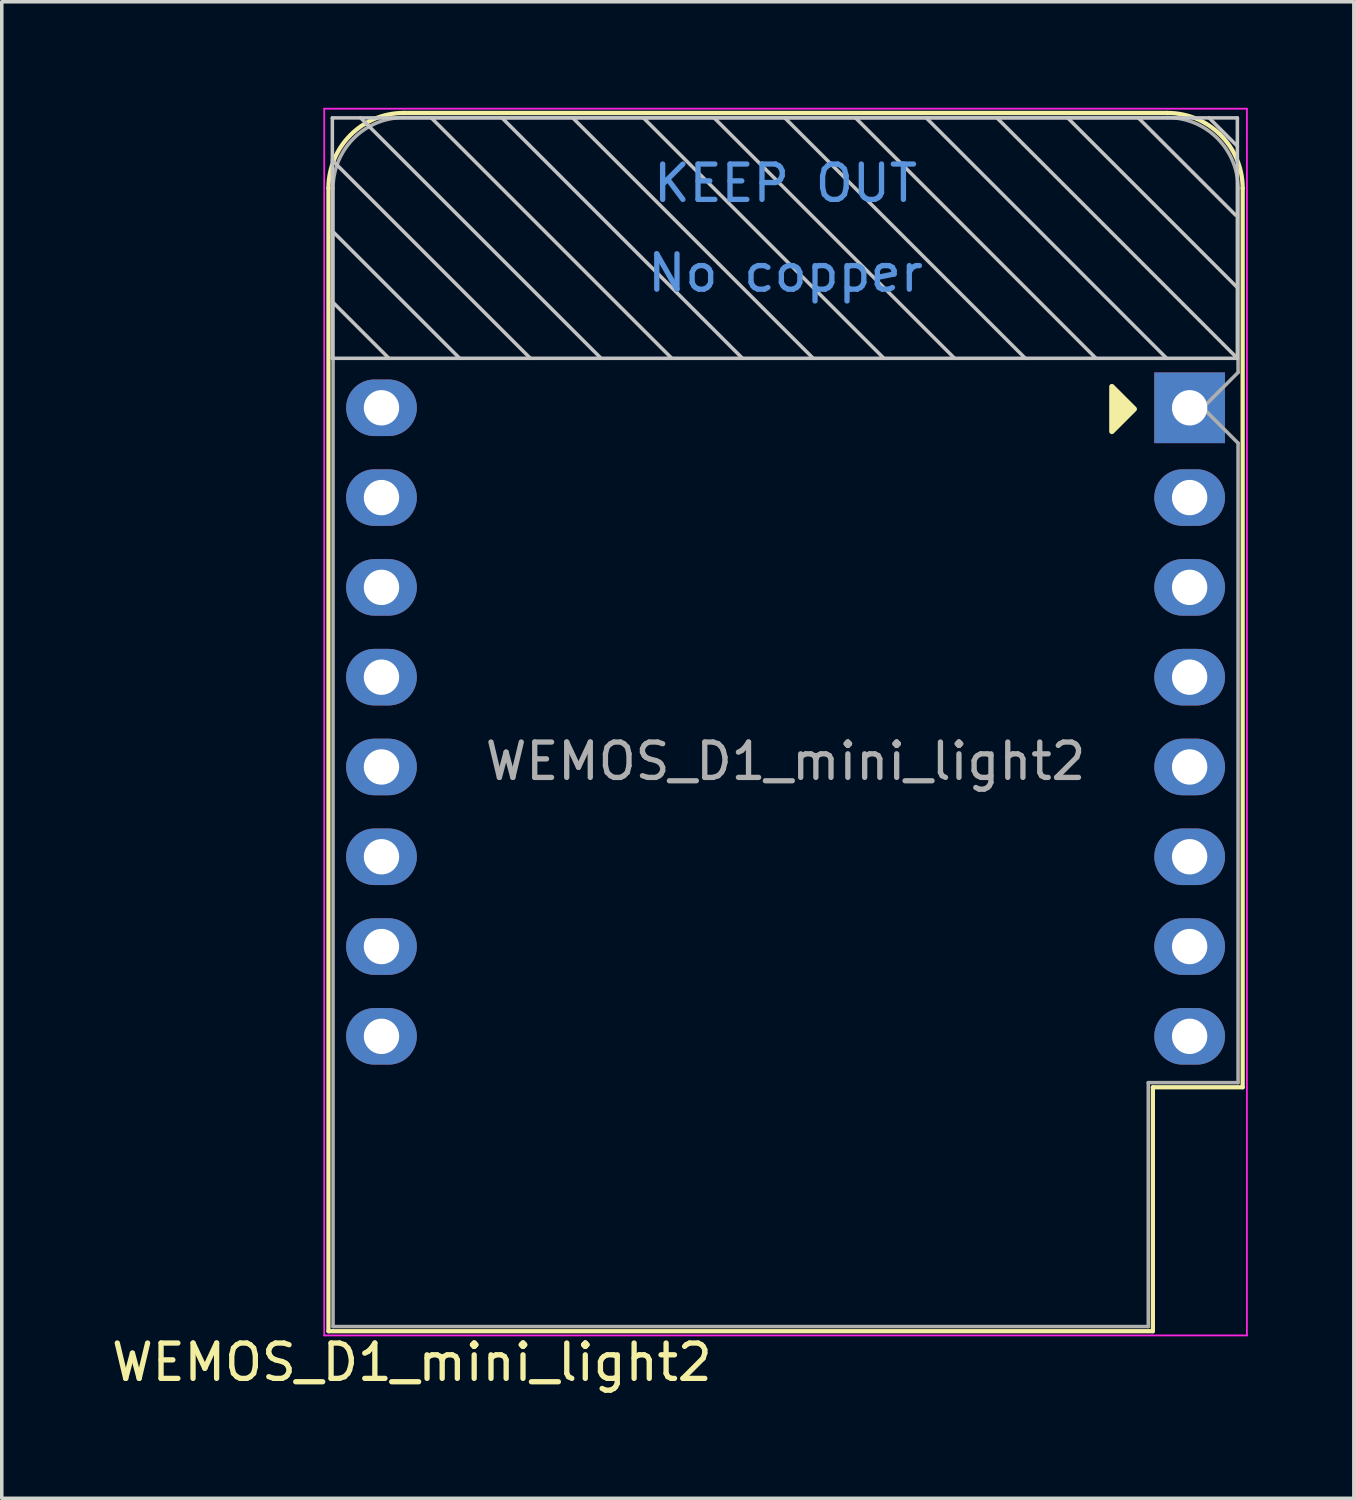
<source format=kicad_pcb>
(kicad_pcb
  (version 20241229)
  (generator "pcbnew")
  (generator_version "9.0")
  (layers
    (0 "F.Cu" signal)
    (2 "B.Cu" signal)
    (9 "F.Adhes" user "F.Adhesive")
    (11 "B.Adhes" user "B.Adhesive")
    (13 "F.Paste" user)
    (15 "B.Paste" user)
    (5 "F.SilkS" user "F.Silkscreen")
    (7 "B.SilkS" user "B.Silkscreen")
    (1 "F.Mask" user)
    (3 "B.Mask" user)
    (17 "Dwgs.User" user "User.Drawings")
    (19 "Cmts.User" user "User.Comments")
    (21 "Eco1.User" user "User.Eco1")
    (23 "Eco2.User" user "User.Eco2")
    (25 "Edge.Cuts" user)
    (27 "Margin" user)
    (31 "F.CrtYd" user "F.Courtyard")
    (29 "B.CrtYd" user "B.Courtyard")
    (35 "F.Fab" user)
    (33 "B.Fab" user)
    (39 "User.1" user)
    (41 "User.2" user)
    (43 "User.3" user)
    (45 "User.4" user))
  (footprint "WEMOS_D1_mini_light2"
    (layer "F.Cu")
    (at 8.801 8.485)
    (property "Reference" "WEMOS_D1_mini_light2" (at -0.2 27 0) (layer "F.SilkS") (effects (font (size 1 1) (thickness 0.15))))
    (attr through_hole)
    (fp_line (start -2.56 26.12) (end -2.56 -6.21) (stroke (width 0.12) (type solid)) (layer "F.SilkS"))
    (fp_line (start -0.44 -8.34) (end 21.17 -8.34) (stroke (width 0.12) (type solid)) (layer "F.SilkS"))
    (fp_line (start 20.76 19.22) (end 20.76 26.12) (stroke (width 0.12) (type solid)) (layer "F.SilkS"))
    (fp_line (start 20.76 26.12) (end -2.56 26.12) (stroke (width 0.12) (type solid)) (layer "F.SilkS"))
    (fp_line (start 23.3 19.22) (end 20.76 19.22) (stroke (width 0.12) (type solid)) (layer "F.SilkS"))
    (fp_line (start 23.3 19.22) (end 23.3 -6.21) (stroke (width 0.12) (type solid)) (layer "F.SilkS"))
    (fp_arc (start -2.56 -6.21) (mid -1.936137 -7.716137) (end -0.43 -8.34) (stroke (width 0.12) (type solid)) (layer "F.SilkS"))
    (fp_arc (start 21.17 -8.34) (mid 22.676137 -7.716137) (end 23.3 -6.21) (stroke (width 0.12) (type solid)) (layer "F.SilkS"))
    (fp_poly (pts (xy 19.6 -0.6) (xy 19.6 0.67) (xy 20.235 0.035)) (stroke (width 0.15) (type solid)) (fill yes) (layer "F.SilkS"))
    (fp_line (start -2.45 -8.2) (end 23.15 -8.2) (stroke (width 0.1) (type solid)) (layer "Dwgs.User"))
    (fp_line (start -2.45 -1.4) (end -2.45 -8.2) (stroke (width 0.1) (type solid)) (layer "Dwgs.User"))
    (fp_line (start -0.85 -1.4) (end -2.45 -3) (stroke (width 0.1) (type solid)) (layer "Dwgs.User"))
    (fp_line (start 1.15 -1.4) (end -2.45 -5) (stroke (width 0.1) (type solid)) (layer "Dwgs.User"))
    (fp_line (start 3.15 -1.4) (end -2.45 -7) (stroke (width 0.1) (type solid)) (layer "Dwgs.User"))
    (fp_line (start 5.15 -1.4) (end -1.65 -8.2) (stroke (width 0.1) (type solid)) (layer "Dwgs.User"))
    (fp_line (start 7.15 -1.4) (end 0.35 -8.2) (stroke (width 0.1) (type solid)) (layer "Dwgs.User"))
    (fp_line (start 9.15 -1.4) (end 2.35 -8.2) (stroke (width 0.1) (type solid)) (layer "Dwgs.User"))
    (fp_line (start 11.15 -1.4) (end 4.35 -8.2) (stroke (width 0.1) (type solid)) (layer "Dwgs.User"))
    (fp_line (start 13.15 -1.4) (end 6.35 -8.2) (stroke (width 0.1) (type solid)) (layer "Dwgs.User"))
    (fp_line (start 15.15 -1.4) (end 8.35 -8.2) (stroke (width 0.1) (type solid)) (layer "Dwgs.User"))
    (fp_line (start 17.15 -1.4) (end 10.35 -8.2) (stroke (width 0.1) (type solid)) (layer "Dwgs.User"))
    (fp_line (start 19.15 -1.4) (end 12.35 -8.2) (stroke (width 0.1) (type solid)) (layer "Dwgs.User"))
    (fp_line (start 21.15 -1.4) (end 14.35 -8.2) (stroke (width 0.1) (type solid)) (layer "Dwgs.User"))
    (fp_line (start 23.1 -5.45) (end 20.35 -8.2) (stroke (width 0.1) (type solid)) (layer "Dwgs.User"))
    (fp_line (start 23.15 -8.2) (end 23.15 -1.4) (stroke (width 0.1) (type solid)) (layer "Dwgs.User"))
    (fp_line (start 23.15 -7.4) (end 22.35 -8.2) (stroke (width 0.1) (type solid)) (layer "Dwgs.User"))
    (fp_line (start 23.15 -3.4) (end 18.35 -8.2) (stroke (width 0.1) (type solid)) (layer "Dwgs.User"))
    (fp_line (start 23.15 -1.4) (end -2.45 -1.4) (stroke (width 0.1) (type solid)) (layer "Dwgs.User"))
    (fp_line (start 23.15 -1.4) (end 16.35 -8.2) (stroke (width 0.1) (type solid)) (layer "Dwgs.User"))
    (fp_line (start -2.68 -8.46) (end -2.68 26.24) (stroke (width 0.05) (type solid)) (layer "F.CrtYd"))
    (fp_line (start -2.68 26.24) (end 23.42 26.24) (stroke (width 0.05) (type solid)) (layer "F.CrtYd"))
    (fp_line (start 23.42 -8.46) (end -2.68 -8.46) (stroke (width 0.05) (type solid)) (layer "F.CrtYd"))
    (fp_line (start 23.42 26.24) (end 23.42 -8.46) (stroke (width 0.05) (type solid)) (layer "F.CrtYd"))
    (fp_line (start -2.43 25.99) (end -2.43 -6.21) (stroke (width 0.1) (type solid)) (layer "F.Fab"))
    (fp_line (start -0.43 -8.21) (end 21.17 -8.21) (stroke (width 0.1) (type solid)) (layer "F.Fab"))
    (fp_line (start 20.63 19.09) (end 20.63 25.99) (stroke (width 0.1) (type solid)) (layer "F.Fab"))
    (fp_line (start 20.63 25.99) (end -2.43 25.99) (stroke (width 0.1) (type solid)) (layer "F.Fab"))
    (fp_line (start 22.17 0) (end 23.17 -1) (stroke (width 0.1) (type solid)) (layer "F.Fab"))
    (fp_line (start 23.17 -6.21) (end 23.17 -1) (stroke (width 0.1) (type solid)) (layer "F.Fab"))
    (fp_line (start 23.17 1) (end 22.17 0) (stroke (width 0.1) (type solid)) (layer "F.Fab"))
    (fp_line (start 23.17 1) (end 23.17 19.09) (stroke (width 0.1) (type solid)) (layer "F.Fab"))
    (fp_line (start 23.17 19.09) (end 20.63 19.09) (stroke (width 0.1) (type solid)) (layer "F.Fab"))
    (fp_arc (start -2.43 -6.19) (mid -1.858356 -7.610071) (end -0.45 -8.21) (stroke (width 0.1) (type solid)) (layer "F.Fab"))
    (fp_arc (start 21.17 -8.21) (mid 22.584214 -7.624214) (end 23.17 -6.21) (stroke (width 0.1) (type solid)) (layer "F.Fab"))
    (fp_text user "KEEP OUT" (at 10.37 -6.35 0) (layer "Cmts.User") (effects (font (size 1 1) (thickness 0.15))))
    (fp_text user "No copper" (at 10.37 -3.81 0) (layer "Cmts.User") (effects (font (size 1 1) (thickness 0.15))))
    (fp_text user "${REFERENCE}" (at 10.37 10 0) (layer "F.Fab") (effects (font (size 1 1) (thickness 0.15))))
    (pad "1" thru_hole rect (at 21.8 0) (size 2 2) (drill 1) (layers "*.Cu" "*.Mask"))
    (pad "2" thru_hole oval (at 21.8 2.54) (size 2 1.6) (drill 1) (layers "*.Cu" "*.Mask"))
    (pad "3" thru_hole oval (at 21.8 5.08) (size 2 1.6) (drill 1) (layers "*.Cu" "*.Mask"))
    (pad "4" thru_hole oval (at 21.8 7.62) (size 2 1.6) (drill 1) (layers "*.Cu" "*.Mask"))
    (pad "5" thru_hole oval (at 21.8 10.16) (size 2 1.6) (drill 1) (layers "*.Cu" "*.Mask"))
    (pad "6" thru_hole oval (at 21.8 12.7) (size 2 1.6) (drill 1) (layers "*.Cu" "*.Mask"))
    (pad "7" thru_hole oval (at 21.8 15.24) (size 2 1.6) (drill 1) (layers "*.Cu" "*.Mask"))
    (pad "8" thru_hole oval (at 21.8 17.78) (size 2 1.6) (drill 1) (layers "*.Cu" "*.Mask"))
    (pad "9" thru_hole oval (at -1.06 17.78) (size 2 1.6) (drill 1) (layers "*.Cu" "*.Mask"))
    (pad "10" thru_hole oval (at -1.06 15.24) (size 2 1.6) (drill 1) (layers "*.Cu" "*.Mask"))
    (pad "11" thru_hole oval (at -1.06 12.7) (size 2 1.6) (drill 1) (layers "*.Cu" "*.Mask"))
    (pad "12" thru_hole oval (at -1.06 10.16) (size 2 1.6) (drill 1) (layers "*.Cu" "*.Mask"))
    (pad "13" thru_hole oval (at -1.06 7.62) (size 2 1.6) (drill 1) (layers "*.Cu" "*.Mask"))
    (pad "14" thru_hole oval (at -1.06 5.08) (size 2 1.6) (drill 1) (layers "*.Cu" "*.Mask"))
    (pad "15" thru_hole oval (at -1.06 2.54) (size 2 1.6) (drill 1) (layers "*.Cu" "*.Mask"))
    (pad "16" thru_hole oval (at -1.06 0) (size 2 1.6) (drill 1) (layers "*.Cu" "*.Mask")))
  (gr_rect
    (start -3 -3)
    (end 35.246 39.333)
    (stroke (width 0.1) (type default))
    (fill no)
    (layer "Edge.Cuts")))
</source>
